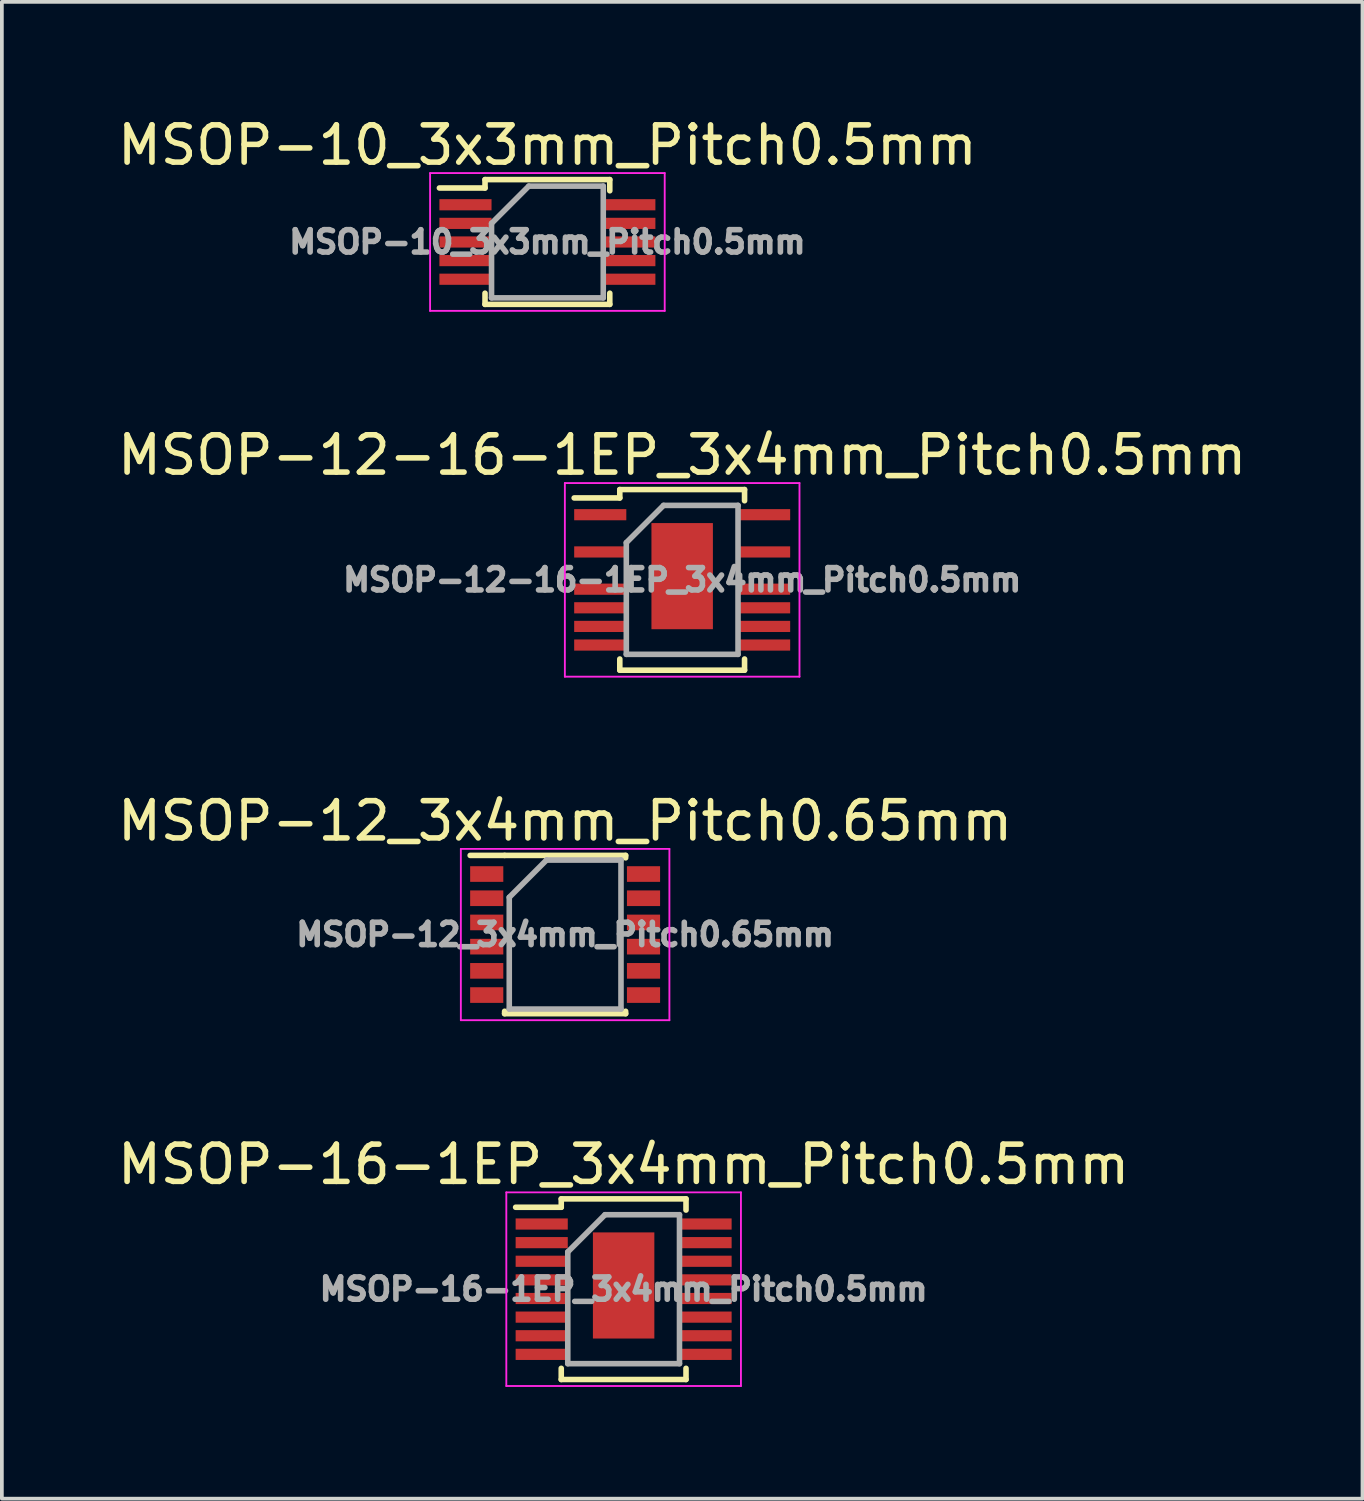
<source format=kicad_pcb>
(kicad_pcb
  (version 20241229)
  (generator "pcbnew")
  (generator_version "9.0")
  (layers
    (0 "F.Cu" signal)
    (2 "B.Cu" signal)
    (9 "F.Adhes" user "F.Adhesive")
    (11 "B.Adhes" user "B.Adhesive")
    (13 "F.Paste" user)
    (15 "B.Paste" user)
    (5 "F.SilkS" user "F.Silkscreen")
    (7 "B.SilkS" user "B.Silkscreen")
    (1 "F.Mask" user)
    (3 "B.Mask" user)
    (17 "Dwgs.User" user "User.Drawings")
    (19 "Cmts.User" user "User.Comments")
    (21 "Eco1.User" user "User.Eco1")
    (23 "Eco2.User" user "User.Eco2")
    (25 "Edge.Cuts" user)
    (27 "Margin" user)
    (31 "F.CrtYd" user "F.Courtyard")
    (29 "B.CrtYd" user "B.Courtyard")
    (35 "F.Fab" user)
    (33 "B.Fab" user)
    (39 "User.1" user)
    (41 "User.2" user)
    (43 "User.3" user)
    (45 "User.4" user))
  (footprint "MSOP-16-1EP_3x4mm_Pitch0.5mm"
    (layer "F.Cu")
    (at 13.696 31.568)
    (property "Reference" "MSOP-16-1EP_3x4mm_Pitch0.5mm" (at 0 -3.35 0) (layer "F.SilkS") (effects (font (size 1 1) (thickness 0.15))))
    (attr smd)
    (fp_line (start -1.675 -2.425) (end -1.675 -2.2) (stroke (width 0.15) (type solid)) (layer "F.SilkS"))
    (fp_line (start -1.675 -2.425) (end 1.675 -2.425) (stroke (width 0.15) (type solid)) (layer "F.SilkS"))
    (fp_line (start -1.675 -2.2) (end -2.9 -2.2) (stroke (width 0.15) (type solid)) (layer "F.SilkS"))
    (fp_line (start -1.675 2.425) (end -1.675 2.125) (stroke (width 0.15) (type solid)) (layer "F.SilkS"))
    (fp_line (start -1.675 2.425) (end 1.675 2.425) (stroke (width 0.15) (type solid)) (layer "F.SilkS"))
    (fp_line (start 1.675 -2.425) (end 1.675 -2.125) (stroke (width 0.15) (type solid)) (layer "F.SilkS"))
    (fp_line (start 1.675 2.425) (end 1.675 2.125) (stroke (width 0.15) (type solid)) (layer "F.SilkS"))
    (fp_line (start -3.15 -2.6) (end -3.15 2.6) (stroke (width 0.05) (type solid)) (layer "F.CrtYd"))
    (fp_line (start -3.15 -2.6) (end 3.15 -2.6) (stroke (width 0.05) (type solid)) (layer "F.CrtYd"))
    (fp_line (start -3.15 2.6) (end 3.15 2.6) (stroke (width 0.05) (type solid)) (layer "F.CrtYd"))
    (fp_line (start 3.15 -2.6) (end 3.15 2.6) (stroke (width 0.05) (type solid)) (layer "F.CrtYd"))
    (fp_line (start -1.5 -1) (end -0.5 -2) (stroke (width 0.15) (type solid)) (layer "F.Fab"))
    (fp_line (start -1.5 2) (end -1.5 -1) (stroke (width 0.15) (type solid)) (layer "F.Fab"))
    (fp_line (start -0.5 -2) (end 1.5 -2) (stroke (width 0.15) (type solid)) (layer "F.Fab"))
    (fp_line (start 1.5 -2) (end 1.5 2) (stroke (width 0.15) (type solid)) (layer "F.Fab"))
    (fp_line (start 1.5 2) (end -1.5 2) (stroke (width 0.15) (type solid)) (layer "F.Fab"))
    (fp_text user "${REFERENCE}" (at 0 0 0) (layer "F.Fab") (effects (font (size 0.6 0.6) (thickness 0.15))))
    (pad "1" smd rect (at -2.2 -1.75) (size 1.4 0.3) (layers "F.Cu" "F.Mask" "F.Paste"))
    (pad "2" smd rect (at -2.2 -1.25) (size 1.4 0.3) (layers "F.Cu" "F.Mask" "F.Paste"))
    (pad "3" smd rect (at -2.2 -0.75) (size 1.4 0.3) (layers "F.Cu" "F.Mask" "F.Paste"))
    (pad "4" smd rect (at -2.2 -0.25) (size 1.4 0.3) (layers "F.Cu" "F.Mask" "F.Paste"))
    (pad "5" smd rect (at -2.2 0.25) (size 1.4 0.3) (layers "F.Cu" "F.Mask" "F.Paste"))
    (pad "6" smd rect (at -2.2 0.75) (size 1.4 0.3) (layers "F.Cu" "F.Mask" "F.Paste"))
    (pad "7" smd rect (at -2.2 1.25) (size 1.4 0.3) (layers "F.Cu" "F.Mask" "F.Paste"))
    (pad "8" smd rect (at -2.2 1.75) (size 1.4 0.3) (layers "F.Cu" "F.Mask" "F.Paste"))
    (pad "9" smd rect (at 2.2 1.75) (size 1.4 0.3) (layers "F.Cu" "F.Mask" "F.Paste"))
    (pad "10" smd rect (at 2.2 1.25) (size 1.4 0.3) (layers "F.Cu" "F.Mask" "F.Paste"))
    (pad "11" smd rect (at 2.2 0.75) (size 1.4 0.3) (layers "F.Cu" "F.Mask" "F.Paste"))
    (pad "12" smd rect (at 2.2 0.25) (size 1.4 0.3) (layers "F.Cu" "F.Mask" "F.Paste"))
    (pad "13" smd rect (at 2.2 -0.25) (size 1.4 0.3) (layers "F.Cu" "F.Mask" "F.Paste"))
    (pad "14" smd rect (at 2.2 -0.75) (size 1.4 0.3) (layers "F.Cu" "F.Mask" "F.Paste"))
    (pad "15" smd rect (at 2.2 -1.25) (size 1.4 0.3) (layers "F.Cu" "F.Mask" "F.Paste"))
    (pad "16" smd rect (at 2.2 -1.75) (size 1.4 0.3) (layers "F.Cu" "F.Mask" "F.Paste"))
    (pad "17" smd rect (at 0 -0.1) (size 1.65 2.85) (layers "F.Cu" "F.Mask" "F.Paste")))
  (footprint "MSOP-12_3x4mm_Pitch0.65mm"
    (layer "F.Cu")
    (at 12.125 22.045)
    (property "Reference" "MSOP-12_3x4mm_Pitch0.65mm" (at 0 -3.05 0) (layer "F.SilkS") (effects (font (size 1 1) (thickness 0.15))))
    (attr smd)
    (fp_line (start -1.625 -2.125) (end -2.55 -2.125) (stroke (width 0.15) (type solid)) (layer "F.SilkS"))
    (fp_line (start -1.625 -2.125) (end 1.625 -2.125) (stroke (width 0.15) (type solid)) (layer "F.SilkS"))
    (fp_line (start -1.625 2.125) (end -1.625 2.06) (stroke (width 0.15) (type solid)) (layer "F.SilkS"))
    (fp_line (start -1.625 2.125) (end 1.625 2.125) (stroke (width 0.15) (type solid)) (layer "F.SilkS"))
    (fp_line (start 1.625 -2.125) (end 1.625 -2.06) (stroke (width 0.15) (type solid)) (layer "F.SilkS"))
    (fp_line (start 1.625 2.125) (end 1.625 2.06) (stroke (width 0.15) (type solid)) (layer "F.SilkS"))
    (fp_line (start -2.8 -2.3) (end -2.8 2.3) (stroke (width 0.05) (type solid)) (layer "F.CrtYd"))
    (fp_line (start -2.8 -2.3) (end 2.8 -2.3) (stroke (width 0.05) (type solid)) (layer "F.CrtYd"))
    (fp_line (start -2.8 2.3) (end 2.8 2.3) (stroke (width 0.05) (type solid)) (layer "F.CrtYd"))
    (fp_line (start 2.8 -2.3) (end 2.8 2.3) (stroke (width 0.05) (type solid)) (layer "F.CrtYd"))
    (fp_line (start -1.5 -1) (end -0.5 -2) (stroke (width 0.15) (type solid)) (layer "F.Fab"))
    (fp_line (start -1.5 2) (end -1.5 -1) (stroke (width 0.15) (type solid)) (layer "F.Fab"))
    (fp_line (start -0.5 -2) (end 1.5 -2) (stroke (width 0.15) (type solid)) (layer "F.Fab"))
    (fp_line (start 1.5 -2) (end 1.5 2) (stroke (width 0.15) (type solid)) (layer "F.Fab"))
    (fp_line (start 1.5 2) (end -1.5 2) (stroke (width 0.15) (type solid)) (layer "F.Fab"))
    (fp_text user "${REFERENCE}" (at 0 0 0) (layer "F.Fab") (effects (font (size 0.6 0.6) (thickness 0.15))))
    (pad "1" smd rect (at -2.105 -1.625) (size 0.89 0.42) (layers "F.Cu" "F.Mask" "F.Paste"))
    (pad "2" smd rect (at -2.105 -0.975) (size 0.89 0.42) (layers "F.Cu" "F.Mask" "F.Paste"))
    (pad "3" smd rect (at -2.105 -0.325) (size 0.89 0.42) (layers "F.Cu" "F.Mask" "F.Paste"))
    (pad "4" smd rect (at -2.105 0.325) (size 0.89 0.42) (layers "F.Cu" "F.Mask" "F.Paste"))
    (pad "5" smd rect (at -2.105 0.975) (size 0.89 0.42) (layers "F.Cu" "F.Mask" "F.Paste"))
    (pad "6" smd rect (at -2.105 1.625) (size 0.89 0.42) (layers "F.Cu" "F.Mask" "F.Paste"))
    (pad "7" smd rect (at 2.105 1.625) (size 0.89 0.42) (layers "F.Cu" "F.Mask" "F.Paste"))
    (pad "8" smd rect (at 2.105 0.975) (size 0.89 0.42) (layers "F.Cu" "F.Mask" "F.Paste"))
    (pad "9" smd rect (at 2.105 0.325) (size 0.89 0.42) (layers "F.Cu" "F.Mask" "F.Paste"))
    (pad "10" smd rect (at 2.105 -0.325) (size 0.89 0.42) (layers "F.Cu" "F.Mask" "F.Paste"))
    (pad "11" smd rect (at 2.105 -0.975) (size 0.89 0.42) (layers "F.Cu" "F.Mask" "F.Paste"))
    (pad "12" smd rect (at 2.105 -1.625) (size 0.89 0.42) (layers "F.Cu" "F.Mask" "F.Paste")))
  (footprint "MSOP-12-16-1EP_3x4mm_Pitch0.5mm"
    (layer "F.Cu")
    (at 15.268 12.521)
    (property "Reference" "MSOP-12-16-1EP_3x4mm_Pitch0.5mm" (at 0 -3.35 0) (layer "F.SilkS") (effects (font (size 1 1) (thickness 0.15))))
    (attr smd)
    (fp_line (start -1.675 -2.425) (end -1.675 -2.2) (stroke (width 0.15) (type solid)) (layer "F.SilkS"))
    (fp_line (start -1.675 -2.425) (end 1.675 -2.425) (stroke (width 0.15) (type solid)) (layer "F.SilkS"))
    (fp_line (start -1.675 -2.2) (end -2.9 -2.2) (stroke (width 0.15) (type solid)) (layer "F.SilkS"))
    (fp_line (start -1.675 2.425) (end -1.675 2.125) (stroke (width 0.15) (type solid)) (layer "F.SilkS"))
    (fp_line (start -1.675 2.425) (end 1.675 2.425) (stroke (width 0.15) (type solid)) (layer "F.SilkS"))
    (fp_line (start 1.675 -2.425) (end 1.675 -2.125) (stroke (width 0.15) (type solid)) (layer "F.SilkS"))
    (fp_line (start 1.675 2.425) (end 1.675 2.125) (stroke (width 0.15) (type solid)) (layer "F.SilkS"))
    (fp_line (start -3.15 -2.6) (end -3.15 2.6) (stroke (width 0.05) (type solid)) (layer "F.CrtYd"))
    (fp_line (start -3.15 -2.6) (end 3.15 -2.6) (stroke (width 0.05) (type solid)) (layer "F.CrtYd"))
    (fp_line (start -3.15 2.6) (end 3.15 2.6) (stroke (width 0.05) (type solid)) (layer "F.CrtYd"))
    (fp_line (start 3.15 -2.6) (end 3.15 2.6) (stroke (width 0.05) (type solid)) (layer "F.CrtYd"))
    (fp_line (start -1.5 -1) (end -0.5 -2) (stroke (width 0.15) (type solid)) (layer "F.Fab"))
    (fp_line (start -1.5 2) (end -1.5 -1) (stroke (width 0.15) (type solid)) (layer "F.Fab"))
    (fp_line (start -0.5 -2) (end 1.5 -2) (stroke (width 0.15) (type solid)) (layer "F.Fab"))
    (fp_line (start 1.5 -2) (end 1.5 2) (stroke (width 0.15) (type solid)) (layer "F.Fab"))
    (fp_line (start 1.5 2) (end -1.5 2) (stroke (width 0.15) (type solid)) (layer "F.Fab"))
    (fp_text user "${REFERENCE}" (at 0 0 0) (layer "F.Fab") (effects (font (size 0.6 0.6) (thickness 0.15))))
    (pad "1" smd rect (at -2.2 -1.75) (size 1.4 0.3) (layers "F.Cu" "F.Mask" "F.Paste"))
    (pad "3" smd rect (at -2.2 -0.75) (size 1.4 0.3) (layers "F.Cu" "F.Mask" "F.Paste"))
    (pad "5" smd rect (at -2.2 0.25) (size 1.4 0.3) (layers "F.Cu" "F.Mask" "F.Paste"))
    (pad "6" smd rect (at -2.2 0.75) (size 1.4 0.3) (layers "F.Cu" "F.Mask" "F.Paste"))
    (pad "7" smd rect (at -2.2 1.25) (size 1.4 0.3) (layers "F.Cu" "F.Mask" "F.Paste"))
    (pad "8" smd rect (at -2.2 1.75) (size 1.4 0.3) (layers "F.Cu" "F.Mask" "F.Paste"))
    (pad "9" smd rect (at 2.2 1.75) (size 1.4 0.3) (layers "F.Cu" "F.Mask" "F.Paste"))
    (pad "10" smd rect (at 2.2 1.25) (size 1.4 0.3) (layers "F.Cu" "F.Mask" "F.Paste"))
    (pad "11" smd rect (at 2.2 0.75) (size 1.4 0.3) (layers "F.Cu" "F.Mask" "F.Paste"))
    (pad "12" smd rect (at 2.2 0.25) (size 1.4 0.3) (layers "F.Cu" "F.Mask" "F.Paste"))
    (pad "14" smd rect (at 2.2 -0.75) (size 1.4 0.3) (layers "F.Cu" "F.Mask" "F.Paste"))
    (pad "16" smd rect (at 2.2 -1.75) (size 1.4 0.3) (layers "F.Cu" "F.Mask" "F.Paste"))
    (pad "17" smd rect (at 0 -0.1) (size 1.65 2.85) (layers "F.Cu" "F.Mask" "F.Paste")))
  (footprint "MSOP-10_3x3mm_Pitch0.5mm"
    (layer "F.Cu")
    (at 11.649 3.448)
    (property "Reference" "MSOP-10_3x3mm_Pitch0.5mm" (at 0 -2.6 0) (layer "F.SilkS") (effects (font (size 1 1) (thickness 0.15))))
    (attr smd)
    (fp_line (start -1.675 -1.675) (end -1.675 -1.45) (stroke (width 0.15) (type solid)) (layer "F.SilkS"))
    (fp_line (start -1.675 -1.675) (end 1.675 -1.675) (stroke (width 0.15) (type solid)) (layer "F.SilkS"))
    (fp_line (start -1.675 -1.45) (end -2.9 -1.45) (stroke (width 0.15) (type solid)) (layer "F.SilkS"))
    (fp_line (start -1.675 1.675) (end -1.675 1.375) (stroke (width 0.15) (type solid)) (layer "F.SilkS"))
    (fp_line (start -1.675 1.675) (end 1.675 1.675) (stroke (width 0.15) (type solid)) (layer "F.SilkS"))
    (fp_line (start 1.675 -1.675) (end 1.675 -1.375) (stroke (width 0.15) (type solid)) (layer "F.SilkS"))
    (fp_line (start 1.675 1.675) (end 1.675 1.375) (stroke (width 0.15) (type solid)) (layer "F.SilkS"))
    (fp_line (start -3.15 -1.85) (end -3.15 1.85) (stroke (width 0.05) (type solid)) (layer "F.CrtYd"))
    (fp_line (start -3.15 -1.85) (end 3.15 -1.85) (stroke (width 0.05) (type solid)) (layer "F.CrtYd"))
    (fp_line (start -3.15 1.85) (end 3.15 1.85) (stroke (width 0.05) (type solid)) (layer "F.CrtYd"))
    (fp_line (start 3.15 -1.85) (end 3.15 1.85) (stroke (width 0.05) (type solid)) (layer "F.CrtYd"))
    (fp_line (start -1.5 -0.5) (end -0.5 -1.5) (stroke (width 0.15) (type solid)) (layer "F.Fab"))
    (fp_line (start -1.5 1.5) (end -1.5 -0.5) (stroke (width 0.15) (type solid)) (layer "F.Fab"))
    (fp_line (start -0.5 -1.5) (end 1.5 -1.5) (stroke (width 0.15) (type solid)) (layer "F.Fab"))
    (fp_line (start 1.5 -1.5) (end 1.5 1.5) (stroke (width 0.15) (type solid)) (layer "F.Fab"))
    (fp_line (start 1.5 1.5) (end -1.5 1.5) (stroke (width 0.15) (type solid)) (layer "F.Fab"))
    (fp_text user "${REFERENCE}" (at 0 0 0) (layer "F.Fab") (effects (font (size 0.6 0.6) (thickness 0.15))))
    (pad "1" smd rect (at -2.2 -1) (size 1.4 0.3) (layers "F.Cu" "F.Mask" "F.Paste"))
    (pad "2" smd rect (at -2.2 -0.5) (size 1.4 0.3) (layers "F.Cu" "F.Mask" "F.Paste"))
    (pad "3" smd rect (at -2.2 0) (size 1.4 0.3) (layers "F.Cu" "F.Mask" "F.Paste"))
    (pad "4" smd rect (at -2.2 0.5) (size 1.4 0.3) (layers "F.Cu" "F.Mask" "F.Paste"))
    (pad "5" smd rect (at -2.2 1) (size 1.4 0.3) (layers "F.Cu" "F.Mask" "F.Paste"))
    (pad "6" smd rect (at 2.2 1) (size 1.4 0.3) (layers "F.Cu" "F.Mask" "F.Paste"))
    (pad "7" smd rect (at 2.2 0.5) (size 1.4 0.3) (layers "F.Cu" "F.Mask" "F.Paste"))
    (pad "8" smd rect (at 2.2 0) (size 1.4 0.3) (layers "F.Cu" "F.Mask" "F.Paste"))
    (pad "9" smd rect (at 2.2 -0.5) (size 1.4 0.3) (layers "F.Cu" "F.Mask" "F.Paste"))
    (pad "10" smd rect (at 2.2 -1) (size 1.4 0.3) (layers "F.Cu" "F.Mask" "F.Paste")))
  (gr_rect
    (start -3 -3)
    (end 33.536 37.193)
    (stroke (width 0.1) (type default))
    (fill no)
    (layer "Edge.Cuts")))
</source>
